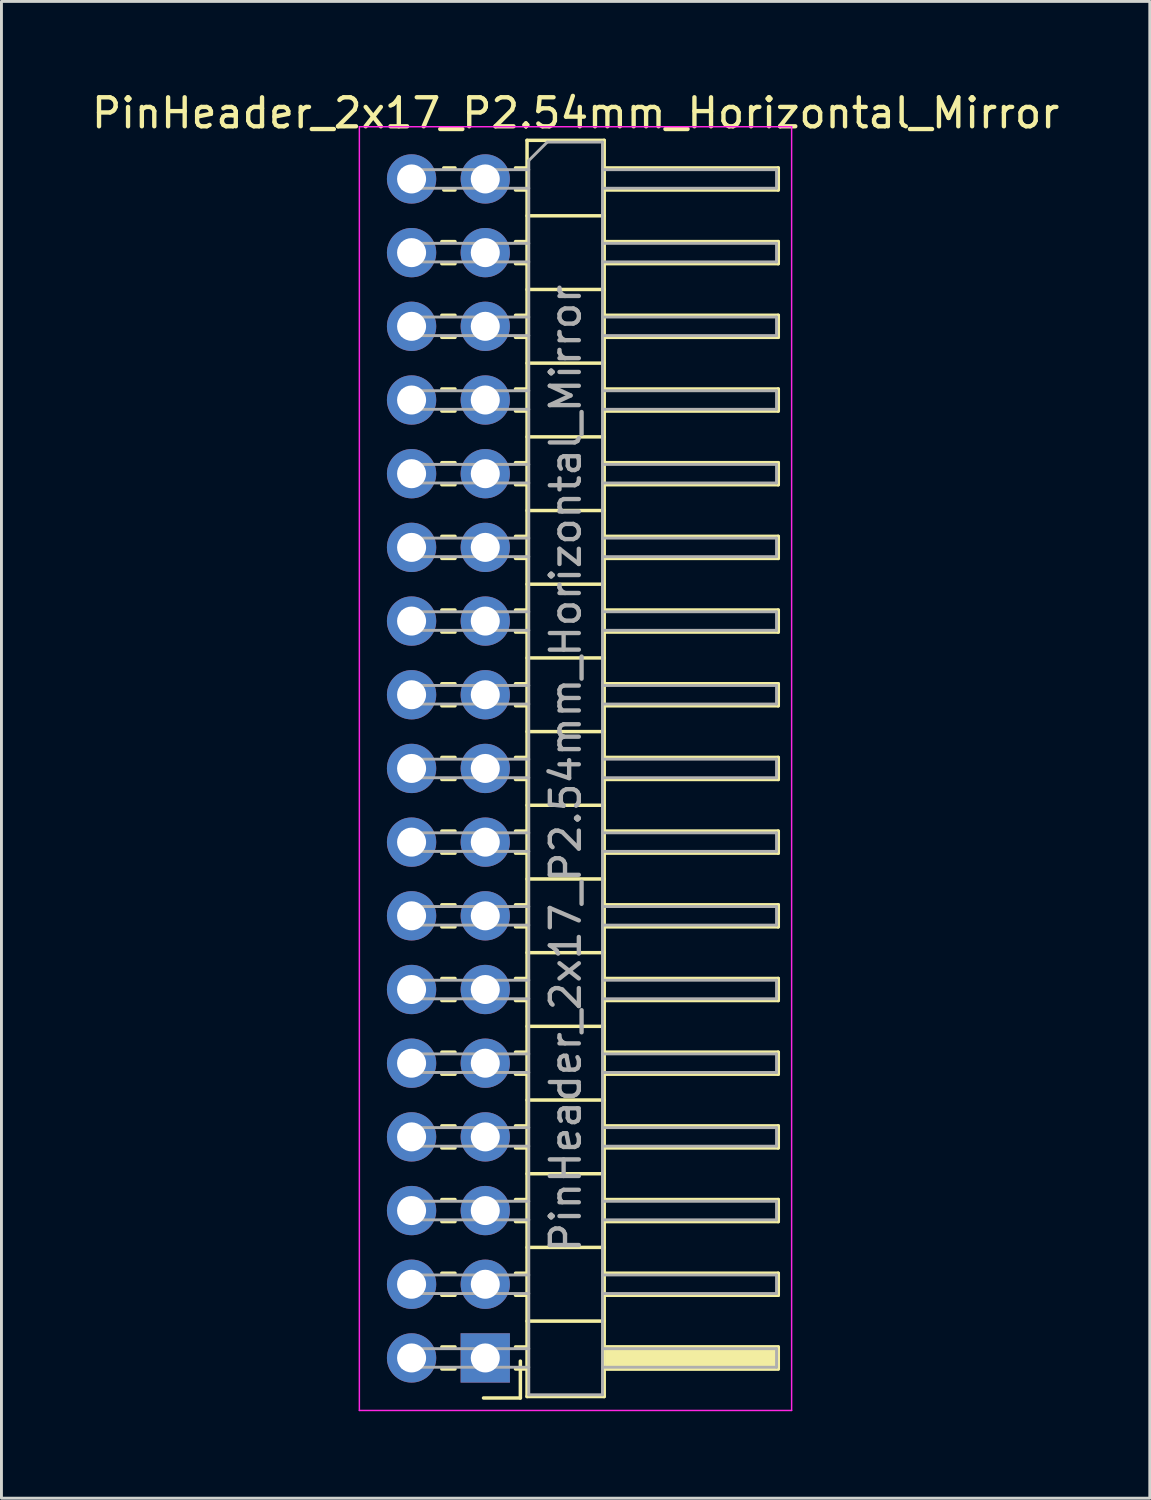
<source format=kicad_pcb>
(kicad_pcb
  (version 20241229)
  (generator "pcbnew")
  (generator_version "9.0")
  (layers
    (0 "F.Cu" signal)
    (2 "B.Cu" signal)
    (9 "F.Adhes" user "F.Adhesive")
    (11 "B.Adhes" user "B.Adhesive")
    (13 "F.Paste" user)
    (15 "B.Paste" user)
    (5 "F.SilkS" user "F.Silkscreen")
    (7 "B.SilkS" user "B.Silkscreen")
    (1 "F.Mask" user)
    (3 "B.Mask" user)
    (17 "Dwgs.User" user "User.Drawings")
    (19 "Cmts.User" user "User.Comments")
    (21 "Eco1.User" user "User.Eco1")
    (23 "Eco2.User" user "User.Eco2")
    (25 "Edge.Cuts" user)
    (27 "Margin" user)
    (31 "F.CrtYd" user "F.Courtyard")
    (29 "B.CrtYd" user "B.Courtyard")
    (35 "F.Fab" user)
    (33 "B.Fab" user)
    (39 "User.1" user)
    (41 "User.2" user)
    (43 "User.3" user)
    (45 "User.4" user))
  (footprint "PinHeader_2x17_P2.54mm_Horizontal_Mirror"
    (layer "F.Cu")
    (at 11.137 3.118)
    (property "Reference" "PinHeader_2x17_P2.54mm_Horizontal_Mirror" (at 5.655 -2.27 0) (layer "F.SilkS") (effects (font (size 1 1) (thickness 0.15))))
    (attr through_hole)
    (fp_line (start 1.043 2.16) (end 1.497 2.16) (stroke (width 0.12) (type solid)) (layer "F.SilkS"))
    (fp_line (start 1.043 2.92) (end 1.497 2.92) (stroke (width 0.12) (type solid)) (layer "F.SilkS"))
    (fp_line (start 1.043 4.7) (end 1.497 4.7) (stroke (width 0.12) (type solid)) (layer "F.SilkS"))
    (fp_line (start 1.043 5.46) (end 1.497 5.46) (stroke (width 0.12) (type solid)) (layer "F.SilkS"))
    (fp_line (start 1.043 7.24) (end 1.497 7.24) (stroke (width 0.12) (type solid)) (layer "F.SilkS"))
    (fp_line (start 1.043 8) (end 1.497 8) (stroke (width 0.12) (type solid)) (layer "F.SilkS"))
    (fp_line (start 1.043 9.78) (end 1.497 9.78) (stroke (width 0.12) (type solid)) (layer "F.SilkS"))
    (fp_line (start 1.043 10.54) (end 1.497 10.54) (stroke (width 0.12) (type solid)) (layer "F.SilkS"))
    (fp_line (start 1.043 12.32) (end 1.497 12.32) (stroke (width 0.12) (type solid)) (layer "F.SilkS"))
    (fp_line (start 1.043 13.08) (end 1.497 13.08) (stroke (width 0.12) (type solid)) (layer "F.SilkS"))
    (fp_line (start 1.043 14.86) (end 1.497 14.86) (stroke (width 0.12) (type solid)) (layer "F.SilkS"))
    (fp_line (start 1.043 15.62) (end 1.497 15.62) (stroke (width 0.12) (type solid)) (layer "F.SilkS"))
    (fp_line (start 1.043 17.4) (end 1.497 17.4) (stroke (width 0.12) (type solid)) (layer "F.SilkS"))
    (fp_line (start 1.043 18.16) (end 1.497 18.16) (stroke (width 0.12) (type solid)) (layer "F.SilkS"))
    (fp_line (start 1.043 19.94) (end 1.497 19.94) (stroke (width 0.12) (type solid)) (layer "F.SilkS"))
    (fp_line (start 1.043 20.7) (end 1.497 20.7) (stroke (width 0.12) (type solid)) (layer "F.SilkS"))
    (fp_line (start 1.043 22.48) (end 1.497 22.48) (stroke (width 0.12) (type solid)) (layer "F.SilkS"))
    (fp_line (start 1.043 23.24) (end 1.497 23.24) (stroke (width 0.12) (type solid)) (layer "F.SilkS"))
    (fp_line (start 1.043 25.02) (end 1.497 25.02) (stroke (width 0.12) (type solid)) (layer "F.SilkS"))
    (fp_line (start 1.043 25.78) (end 1.497 25.78) (stroke (width 0.12) (type solid)) (layer "F.SilkS"))
    (fp_line (start 1.043 27.56) (end 1.497 27.56) (stroke (width 0.12) (type solid)) (layer "F.SilkS"))
    (fp_line (start 1.043 28.32) (end 1.497 28.32) (stroke (width 0.12) (type solid)) (layer "F.SilkS"))
    (fp_line (start 1.043 30.1) (end 1.497 30.1) (stroke (width 0.12) (type solid)) (layer "F.SilkS"))
    (fp_line (start 1.043 30.86) (end 1.497 30.86) (stroke (width 0.12) (type solid)) (layer "F.SilkS"))
    (fp_line (start 1.043 32.64) (end 1.497 32.64) (stroke (width 0.12) (type solid)) (layer "F.SilkS"))
    (fp_line (start 1.043 33.4) (end 1.497 33.4) (stroke (width 0.12) (type solid)) (layer "F.SilkS"))
    (fp_line (start 1.043 35.18) (end 1.497 35.18) (stroke (width 0.12) (type solid)) (layer "F.SilkS"))
    (fp_line (start 1.043 35.94) (end 1.497 35.94) (stroke (width 0.12) (type solid)) (layer "F.SilkS"))
    (fp_line (start 1.043 37.72) (end 1.497 37.72) (stroke (width 0.12) (type solid)) (layer "F.SilkS"))
    (fp_line (start 1.043 38.48) (end 1.497 38.48) (stroke (width 0.12) (type solid)) (layer "F.SilkS"))
    (fp_line (start 1.043 40.26) (end 1.497 40.26) (stroke (width 0.12) (type solid)) (layer "F.SilkS"))
    (fp_line (start 1.043 41.02) (end 1.497 41.02) (stroke (width 0.12) (type solid)) (layer "F.SilkS"))
    (fp_line (start 1.11 -0.38) (end 1.497 -0.38) (stroke (width 0.12) (type solid)) (layer "F.SilkS"))
    (fp_line (start 1.11 0.38) (end 1.497 0.38) (stroke (width 0.12) (type solid)) (layer "F.SilkS"))
    (fp_line (start 3.583 -0.38) (end 3.98 -0.38) (stroke (width 0.12) (type solid)) (layer "F.SilkS"))
    (fp_line (start 3.583 0.38) (end 3.98 0.38) (stroke (width 0.12) (type solid)) (layer "F.SilkS"))
    (fp_line (start 3.583 2.16) (end 3.98 2.16) (stroke (width 0.12) (type solid)) (layer "F.SilkS"))
    (fp_line (start 3.583 2.92) (end 3.98 2.92) (stroke (width 0.12) (type solid)) (layer "F.SilkS"))
    (fp_line (start 3.583 4.7) (end 3.98 4.7) (stroke (width 0.12) (type solid)) (layer "F.SilkS"))
    (fp_line (start 3.583 5.46) (end 3.98 5.46) (stroke (width 0.12) (type solid)) (layer "F.SilkS"))
    (fp_line (start 3.583 7.24) (end 3.98 7.24) (stroke (width 0.12) (type solid)) (layer "F.SilkS"))
    (fp_line (start 3.583 8) (end 3.98 8) (stroke (width 0.12) (type solid)) (layer "F.SilkS"))
    (fp_line (start 3.583 9.78) (end 3.98 9.78) (stroke (width 0.12) (type solid)) (layer "F.SilkS"))
    (fp_line (start 3.583 10.54) (end 3.98 10.54) (stroke (width 0.12) (type solid)) (layer "F.SilkS"))
    (fp_line (start 3.583 12.32) (end 3.98 12.32) (stroke (width 0.12) (type solid)) (layer "F.SilkS"))
    (fp_line (start 3.583 13.08) (end 3.98 13.08) (stroke (width 0.12) (type solid)) (layer "F.SilkS"))
    (fp_line (start 3.583 14.86) (end 3.98 14.86) (stroke (width 0.12) (type solid)) (layer "F.SilkS"))
    (fp_line (start 3.583 15.62) (end 3.98 15.62) (stroke (width 0.12) (type solid)) (layer "F.SilkS"))
    (fp_line (start 3.583 17.4) (end 3.98 17.4) (stroke (width 0.12) (type solid)) (layer "F.SilkS"))
    (fp_line (start 3.583 18.16) (end 3.98 18.16) (stroke (width 0.12) (type solid)) (layer "F.SilkS"))
    (fp_line (start 3.583 19.94) (end 3.98 19.94) (stroke (width 0.12) (type solid)) (layer "F.SilkS"))
    (fp_line (start 3.583 20.7) (end 3.98 20.7) (stroke (width 0.12) (type solid)) (layer "F.SilkS"))
    (fp_line (start 3.583 22.48) (end 3.98 22.48) (stroke (width 0.12) (type solid)) (layer "F.SilkS"))
    (fp_line (start 3.583 23.24) (end 3.98 23.24) (stroke (width 0.12) (type solid)) (layer "F.SilkS"))
    (fp_line (start 3.583 25.02) (end 3.98 25.02) (stroke (width 0.12) (type solid)) (layer "F.SilkS"))
    (fp_line (start 3.583 25.78) (end 3.98 25.78) (stroke (width 0.12) (type solid)) (layer "F.SilkS"))
    (fp_line (start 3.583 27.56) (end 3.98 27.56) (stroke (width 0.12) (type solid)) (layer "F.SilkS"))
    (fp_line (start 3.583 28.32) (end 3.98 28.32) (stroke (width 0.12) (type solid)) (layer "F.SilkS"))
    (fp_line (start 3.583 30.1) (end 3.98 30.1) (stroke (width 0.12) (type solid)) (layer "F.SilkS"))
    (fp_line (start 3.583 30.86) (end 3.98 30.86) (stroke (width 0.12) (type solid)) (layer "F.SilkS"))
    (fp_line (start 3.583 32.64) (end 3.98 32.64) (stroke (width 0.12) (type solid)) (layer "F.SilkS"))
    (fp_line (start 3.583 33.4) (end 3.98 33.4) (stroke (width 0.12) (type solid)) (layer "F.SilkS"))
    (fp_line (start 3.583 35.18) (end 3.98 35.18) (stroke (width 0.12) (type solid)) (layer "F.SilkS"))
    (fp_line (start 3.583 35.94) (end 3.98 35.94) (stroke (width 0.12) (type solid)) (layer "F.SilkS"))
    (fp_line (start 3.583 37.72) (end 3.98 37.72) (stroke (width 0.12) (type solid)) (layer "F.SilkS"))
    (fp_line (start 3.583 38.48) (end 3.98 38.48) (stroke (width 0.12) (type solid)) (layer "F.SilkS"))
    (fp_line (start 3.583 40.26) (end 3.98 40.26) (stroke (width 0.12) (type solid)) (layer "F.SilkS"))
    (fp_line (start 3.583 41.02) (end 3.98 41.02) (stroke (width 0.12) (type solid)) (layer "F.SilkS"))
    (fp_line (start 3.75 40.75) (end 3.75 42.02) (stroke (width 0.12) (type solid)) (layer "F.SilkS"))
    (fp_line (start 3.75 42.02) (end 2.48 42.02) (stroke (width 0.12) (type solid)) (layer "F.SilkS"))
    (fp_line (start 3.98 -1.33) (end 3.98 41.97) (stroke (width 0.12) (type solid)) (layer "F.SilkS"))
    (fp_line (start 3.98 1.27) (end 6.64 1.27) (stroke (width 0.12) (type solid)) (layer "F.SilkS"))
    (fp_line (start 3.98 3.81) (end 6.64 3.81) (stroke (width 0.12) (type solid)) (layer "F.SilkS"))
    (fp_line (start 3.98 6.35) (end 6.64 6.35) (stroke (width 0.12) (type solid)) (layer "F.SilkS"))
    (fp_line (start 3.98 8.89) (end 6.64 8.89) (stroke (width 0.12) (type solid)) (layer "F.SilkS"))
    (fp_line (start 3.98 11.43) (end 6.64 11.43) (stroke (width 0.12) (type solid)) (layer "F.SilkS"))
    (fp_line (start 3.98 13.97) (end 6.64 13.97) (stroke (width 0.12) (type solid)) (layer "F.SilkS"))
    (fp_line (start 3.98 16.51) (end 6.64 16.51) (stroke (width 0.12) (type solid)) (layer "F.SilkS"))
    (fp_line (start 3.98 19.05) (end 6.64 19.05) (stroke (width 0.12) (type solid)) (layer "F.SilkS"))
    (fp_line (start 3.98 21.59) (end 6.64 21.59) (stroke (width 0.12) (type solid)) (layer "F.SilkS"))
    (fp_line (start 3.98 24.13) (end 6.64 24.13) (stroke (width 0.12) (type solid)) (layer "F.SilkS"))
    (fp_line (start 3.98 26.67) (end 6.64 26.67) (stroke (width 0.12) (type solid)) (layer "F.SilkS"))
    (fp_line (start 3.98 29.21) (end 6.64 29.21) (stroke (width 0.12) (type solid)) (layer "F.SilkS"))
    (fp_line (start 3.98 31.75) (end 6.64 31.75) (stroke (width 0.12) (type solid)) (layer "F.SilkS"))
    (fp_line (start 3.98 34.29) (end 6.64 34.29) (stroke (width 0.12) (type solid)) (layer "F.SilkS"))
    (fp_line (start 3.98 36.83) (end 6.64 36.83) (stroke (width 0.12) (type solid)) (layer "F.SilkS"))
    (fp_line (start 3.98 39.37) (end 6.64 39.37) (stroke (width 0.12) (type solid)) (layer "F.SilkS"))
    (fp_line (start 3.98 41.97) (end 6.64 41.97) (stroke (width 0.12) (type solid)) (layer "F.SilkS"))
    (fp_line (start 6.64 -1.33) (end 3.98 -1.33) (stroke (width 0.12) (type solid)) (layer "F.SilkS"))
    (fp_line (start 6.64 -0.38) (end 12.64 -0.38) (stroke (width 0.12) (type solid)) (layer "F.SilkS"))
    (fp_line (start 6.64 2.16) (end 12.64 2.16) (stroke (width 0.12) (type solid)) (layer "F.SilkS"))
    (fp_line (start 6.64 4.7) (end 12.64 4.7) (stroke (width 0.12) (type solid)) (layer "F.SilkS"))
    (fp_line (start 6.64 7.24) (end 12.64 7.24) (stroke (width 0.12) (type solid)) (layer "F.SilkS"))
    (fp_line (start 6.64 9.78) (end 12.64 9.78) (stroke (width 0.12) (type solid)) (layer "F.SilkS"))
    (fp_line (start 6.64 12.32) (end 12.64 12.32) (stroke (width 0.12) (type solid)) (layer "F.SilkS"))
    (fp_line (start 6.64 14.86) (end 12.64 14.86) (stroke (width 0.12) (type solid)) (layer "F.SilkS"))
    (fp_line (start 6.64 17.4) (end 12.64 17.4) (stroke (width 0.12) (type solid)) (layer "F.SilkS"))
    (fp_line (start 6.64 19.94) (end 12.64 19.94) (stroke (width 0.12) (type solid)) (layer "F.SilkS"))
    (fp_line (start 6.64 22.48) (end 12.64 22.48) (stroke (width 0.12) (type solid)) (layer "F.SilkS"))
    (fp_line (start 6.64 25.02) (end 12.64 25.02) (stroke (width 0.12) (type solid)) (layer "F.SilkS"))
    (fp_line (start 6.64 27.56) (end 12.64 27.56) (stroke (width 0.12) (type solid)) (layer "F.SilkS"))
    (fp_line (start 6.64 30.1) (end 12.64 30.1) (stroke (width 0.12) (type solid)) (layer "F.SilkS"))
    (fp_line (start 6.64 32.64) (end 12.64 32.64) (stroke (width 0.12) (type solid)) (layer "F.SilkS"))
    (fp_line (start 6.64 35.18) (end 12.64 35.18) (stroke (width 0.12) (type solid)) (layer "F.SilkS"))
    (fp_line (start 6.64 37.72) (end 12.64 37.72) (stroke (width 0.12) (type solid)) (layer "F.SilkS"))
    (fp_line (start 6.64 40.26) (end 12.64 40.26) (stroke (width 0.12) (type solid)) (layer "F.SilkS"))
    (fp_line (start 6.64 41.97) (end 6.64 -1.33) (stroke (width 0.12) (type solid)) (layer "F.SilkS"))
    (fp_line (start 12.64 -0.38) (end 12.64 0.38) (stroke (width 0.12) (type solid)) (layer "F.SilkS"))
    (fp_line (start 12.64 0.38) (end 6.64 0.38) (stroke (width 0.12) (type solid)) (layer "F.SilkS"))
    (fp_line (start 12.64 2.16) (end 12.64 2.92) (stroke (width 0.12) (type solid)) (layer "F.SilkS"))
    (fp_line (start 12.64 2.92) (end 6.64 2.92) (stroke (width 0.12) (type solid)) (layer "F.SilkS"))
    (fp_line (start 12.64 4.7) (end 12.64 5.46) (stroke (width 0.12) (type solid)) (layer "F.SilkS"))
    (fp_line (start 12.64 5.46) (end 6.64 5.46) (stroke (width 0.12) (type solid)) (layer "F.SilkS"))
    (fp_line (start 12.64 7.24) (end 12.64 8) (stroke (width 0.12) (type solid)) (layer "F.SilkS"))
    (fp_line (start 12.64 8) (end 6.64 8) (stroke (width 0.12) (type solid)) (layer "F.SilkS"))
    (fp_line (start 12.64 9.78) (end 12.64 10.54) (stroke (width 0.12) (type solid)) (layer "F.SilkS"))
    (fp_line (start 12.64 10.54) (end 6.64 10.54) (stroke (width 0.12) (type solid)) (layer "F.SilkS"))
    (fp_line (start 12.64 12.32) (end 12.64 13.08) (stroke (width 0.12) (type solid)) (layer "F.SilkS"))
    (fp_line (start 12.64 13.08) (end 6.64 13.08) (stroke (width 0.12) (type solid)) (layer "F.SilkS"))
    (fp_line (start 12.64 14.86) (end 12.64 15.62) (stroke (width 0.12) (type solid)) (layer "F.SilkS"))
    (fp_line (start 12.64 15.62) (end 6.64 15.62) (stroke (width 0.12) (type solid)) (layer "F.SilkS"))
    (fp_line (start 12.64 17.4) (end 12.64 18.16) (stroke (width 0.12) (type solid)) (layer "F.SilkS"))
    (fp_line (start 12.64 18.16) (end 6.64 18.16) (stroke (width 0.12) (type solid)) (layer "F.SilkS"))
    (fp_line (start 12.64 19.94) (end 12.64 20.7) (stroke (width 0.12) (type solid)) (layer "F.SilkS"))
    (fp_line (start 12.64 20.7) (end 6.64 20.7) (stroke (width 0.12) (type solid)) (layer "F.SilkS"))
    (fp_line (start 12.64 22.48) (end 12.64 23.24) (stroke (width 0.12) (type solid)) (layer "F.SilkS"))
    (fp_line (start 12.64 23.24) (end 6.64 23.24) (stroke (width 0.12) (type solid)) (layer "F.SilkS"))
    (fp_line (start 12.64 25.02) (end 12.64 25.78) (stroke (width 0.12) (type solid)) (layer "F.SilkS"))
    (fp_line (start 12.64 25.78) (end 6.64 25.78) (stroke (width 0.12) (type solid)) (layer "F.SilkS"))
    (fp_line (start 12.64 27.56) (end 12.64 28.32) (stroke (width 0.12) (type solid)) (layer "F.SilkS"))
    (fp_line (start 12.64 28.32) (end 6.64 28.32) (stroke (width 0.12) (type solid)) (layer "F.SilkS"))
    (fp_line (start 12.64 30.1) (end 12.64 30.86) (stroke (width 0.12) (type solid)) (layer "F.SilkS"))
    (fp_line (start 12.64 30.86) (end 6.64 30.86) (stroke (width 0.12) (type solid)) (layer "F.SilkS"))
    (fp_line (start 12.64 32.64) (end 12.64 33.4) (stroke (width 0.12) (type solid)) (layer "F.SilkS"))
    (fp_line (start 12.64 33.4) (end 6.64 33.4) (stroke (width 0.12) (type solid)) (layer "F.SilkS"))
    (fp_line (start 12.64 35.18) (end 12.64 35.94) (stroke (width 0.12) (type solid)) (layer "F.SilkS"))
    (fp_line (start 12.64 35.94) (end 6.64 35.94) (stroke (width 0.12) (type solid)) (layer "F.SilkS"))
    (fp_line (start 12.64 37.72) (end 12.64 38.48) (stroke (width 0.12) (type solid)) (layer "F.SilkS"))
    (fp_line (start 12.64 38.48) (end 6.64 38.48) (stroke (width 0.12) (type solid)) (layer "F.SilkS"))
    (fp_line (start 12.64 40.26) (end 12.64 41.02) (stroke (width 0.12) (type solid)) (layer "F.SilkS"))
    (fp_line (start 12.64 41.02) (end 6.64 41.02) (stroke (width 0.12) (type solid)) (layer "F.SilkS"))
    (fp_rect (start 6.731 40.259) (end 12.573 41.021) (stroke (width 0.1) (type solid)) (fill yes) (layer "F.SilkS"))
    (fp_line (start -1.8 -1.8) (end -1.8 42.45) (stroke (width 0.05) (type solid)) (layer "F.CrtYd"))
    (fp_line (start -1.8 42.45) (end 13.1 42.45) (stroke (width 0.05) (type solid)) (layer "F.CrtYd"))
    (fp_line (start 13.1 -1.8) (end -1.8 -1.8) (stroke (width 0.05) (type solid)) (layer "F.CrtYd"))
    (fp_line (start 13.1 42.45) (end 13.1 -1.8) (stroke (width 0.05) (type solid)) (layer "F.CrtYd"))
    (fp_line (start -0.32 -0.32) (end -0.32 0.32) (stroke (width 0.1) (type solid)) (layer "F.Fab"))
    (fp_line (start -0.32 -0.32) (end 4.04 -0.32) (stroke (width 0.1) (type solid)) (layer "F.Fab"))
    (fp_line (start -0.32 0.32) (end 4.04 0.32) (stroke (width 0.1) (type solid)) (layer "F.Fab"))
    (fp_line (start -0.32 2.22) (end -0.32 2.86) (stroke (width 0.1) (type solid)) (layer "F.Fab"))
    (fp_line (start -0.32 2.22) (end 4.04 2.22) (stroke (width 0.1) (type solid)) (layer "F.Fab"))
    (fp_line (start -0.32 2.86) (end 4.04 2.86) (stroke (width 0.1) (type solid)) (layer "F.Fab"))
    (fp_line (start -0.32 4.76) (end -0.32 5.4) (stroke (width 0.1) (type solid)) (layer "F.Fab"))
    (fp_line (start -0.32 4.76) (end 4.04 4.76) (stroke (width 0.1) (type solid)) (layer "F.Fab"))
    (fp_line (start -0.32 5.4) (end 4.04 5.4) (stroke (width 0.1) (type solid)) (layer "F.Fab"))
    (fp_line (start -0.32 7.3) (end -0.32 7.94) (stroke (width 0.1) (type solid)) (layer "F.Fab"))
    (fp_line (start -0.32 7.3) (end 4.04 7.3) (stroke (width 0.1) (type solid)) (layer "F.Fab"))
    (fp_line (start -0.32 7.94) (end 4.04 7.94) (stroke (width 0.1) (type solid)) (layer "F.Fab"))
    (fp_line (start -0.32 9.84) (end -0.32 10.48) (stroke (width 0.1) (type solid)) (layer "F.Fab"))
    (fp_line (start -0.32 9.84) (end 4.04 9.84) (stroke (width 0.1) (type solid)) (layer "F.Fab"))
    (fp_line (start -0.32 10.48) (end 4.04 10.48) (stroke (width 0.1) (type solid)) (layer "F.Fab"))
    (fp_line (start -0.32 12.38) (end -0.32 13.02) (stroke (width 0.1) (type solid)) (layer "F.Fab"))
    (fp_line (start -0.32 12.38) (end 4.04 12.38) (stroke (width 0.1) (type solid)) (layer "F.Fab"))
    (fp_line (start -0.32 13.02) (end 4.04 13.02) (stroke (width 0.1) (type solid)) (layer "F.Fab"))
    (fp_line (start -0.32 14.92) (end -0.32 15.56) (stroke (width 0.1) (type solid)) (layer "F.Fab"))
    (fp_line (start -0.32 14.92) (end 4.04 14.92) (stroke (width 0.1) (type solid)) (layer "F.Fab"))
    (fp_line (start -0.32 15.56) (end 4.04 15.56) (stroke (width 0.1) (type solid)) (layer "F.Fab"))
    (fp_line (start -0.32 17.46) (end -0.32 18.1) (stroke (width 0.1) (type solid)) (layer "F.Fab"))
    (fp_line (start -0.32 17.46) (end 4.04 17.46) (stroke (width 0.1) (type solid)) (layer "F.Fab"))
    (fp_line (start -0.32 18.1) (end 4.04 18.1) (stroke (width 0.1) (type solid)) (layer "F.Fab"))
    (fp_line (start -0.32 20) (end -0.32 20.64) (stroke (width 0.1) (type solid)) (layer "F.Fab"))
    (fp_line (start -0.32 20) (end 4.04 20) (stroke (width 0.1) (type solid)) (layer "F.Fab"))
    (fp_line (start -0.32 20.64) (end 4.04 20.64) (stroke (width 0.1) (type solid)) (layer "F.Fab"))
    (fp_line (start -0.32 22.54) (end -0.32 23.18) (stroke (width 0.1) (type solid)) (layer "F.Fab"))
    (fp_line (start -0.32 22.54) (end 4.04 22.54) (stroke (width 0.1) (type solid)) (layer "F.Fab"))
    (fp_line (start -0.32 23.18) (end 4.04 23.18) (stroke (width 0.1) (type solid)) (layer "F.Fab"))
    (fp_line (start -0.32 25.08) (end -0.32 25.72) (stroke (width 0.1) (type solid)) (layer "F.Fab"))
    (fp_line (start -0.32 25.08) (end 4.04 25.08) (stroke (width 0.1) (type solid)) (layer "F.Fab"))
    (fp_line (start -0.32 25.72) (end 4.04 25.72) (stroke (width 0.1) (type solid)) (layer "F.Fab"))
    (fp_line (start -0.32 27.62) (end -0.32 28.26) (stroke (width 0.1) (type solid)) (layer "F.Fab"))
    (fp_line (start -0.32 27.62) (end 4.04 27.62) (stroke (width 0.1) (type solid)) (layer "F.Fab"))
    (fp_line (start -0.32 28.26) (end 4.04 28.26) (stroke (width 0.1) (type solid)) (layer "F.Fab"))
    (fp_line (start -0.32 30.16) (end -0.32 30.8) (stroke (width 0.1) (type solid)) (layer "F.Fab"))
    (fp_line (start -0.32 30.16) (end 4.04 30.16) (stroke (width 0.1) (type solid)) (layer "F.Fab"))
    (fp_line (start -0.32 30.8) (end 4.04 30.8) (stroke (width 0.1) (type solid)) (layer "F.Fab"))
    (fp_line (start -0.32 32.7) (end -0.32 33.34) (stroke (width 0.1) (type solid)) (layer "F.Fab"))
    (fp_line (start -0.32 32.7) (end 4.04 32.7) (stroke (width 0.1) (type solid)) (layer "F.Fab"))
    (fp_line (start -0.32 33.34) (end 4.04 33.34) (stroke (width 0.1) (type solid)) (layer "F.Fab"))
    (fp_line (start -0.32 35.24) (end -0.32 35.88) (stroke (width 0.1) (type solid)) (layer "F.Fab"))
    (fp_line (start -0.32 35.24) (end 4.04 35.24) (stroke (width 0.1) (type solid)) (layer "F.Fab"))
    (fp_line (start -0.32 35.88) (end 4.04 35.88) (stroke (width 0.1) (type solid)) (layer "F.Fab"))
    (fp_line (start -0.32 37.78) (end -0.32 38.42) (stroke (width 0.1) (type solid)) (layer "F.Fab"))
    (fp_line (start -0.32 37.78) (end 4.04 37.78) (stroke (width 0.1) (type solid)) (layer "F.Fab"))
    (fp_line (start -0.32 38.42) (end 4.04 38.42) (stroke (width 0.1) (type solid)) (layer "F.Fab"))
    (fp_line (start -0.32 40.32) (end -0.32 40.96) (stroke (width 0.1) (type solid)) (layer "F.Fab"))
    (fp_line (start -0.32 40.32) (end 4.04 40.32) (stroke (width 0.1) (type solid)) (layer "F.Fab"))
    (fp_line (start -0.32 40.96) (end 4.04 40.96) (stroke (width 0.1) (type solid)) (layer "F.Fab"))
    (fp_line (start 4.04 -0.635) (end 4.675 -1.27) (stroke (width 0.1) (type solid)) (layer "F.Fab"))
    (fp_line (start 4.04 41.91) (end 4.04 -0.635) (stroke (width 0.1) (type solid)) (layer "F.Fab"))
    (fp_line (start 4.675 -1.27) (end 6.58 -1.27) (stroke (width 0.1) (type solid)) (layer "F.Fab"))
    (fp_line (start 6.58 -1.27) (end 6.58 41.91) (stroke (width 0.1) (type solid)) (layer "F.Fab"))
    (fp_line (start 6.58 -0.32) (end 12.58 -0.32) (stroke (width 0.1) (type solid)) (layer "F.Fab"))
    (fp_line (start 6.58 0.32) (end 12.58 0.32) (stroke (width 0.1) (type solid)) (layer "F.Fab"))
    (fp_line (start 6.58 2.22) (end 12.58 2.22) (stroke (width 0.1) (type solid)) (layer "F.Fab"))
    (fp_line (start 6.58 2.86) (end 12.58 2.86) (stroke (width 0.1) (type solid)) (layer "F.Fab"))
    (fp_line (start 6.58 4.76) (end 12.58 4.76) (stroke (width 0.1) (type solid)) (layer "F.Fab"))
    (fp_line (start 6.58 5.4) (end 12.58 5.4) (stroke (width 0.1) (type solid)) (layer "F.Fab"))
    (fp_line (start 6.58 7.3) (end 12.58 7.3) (stroke (width 0.1) (type solid)) (layer "F.Fab"))
    (fp_line (start 6.58 7.94) (end 12.58 7.94) (stroke (width 0.1) (type solid)) (layer "F.Fab"))
    (fp_line (start 6.58 9.84) (end 12.58 9.84) (stroke (width 0.1) (type solid)) (layer "F.Fab"))
    (fp_line (start 6.58 10.48) (end 12.58 10.48) (stroke (width 0.1) (type solid)) (layer "F.Fab"))
    (fp_line (start 6.58 12.38) (end 12.58 12.38) (stroke (width 0.1) (type solid)) (layer "F.Fab"))
    (fp_line (start 6.58 13.02) (end 12.58 13.02) (stroke (width 0.1) (type solid)) (layer "F.Fab"))
    (fp_line (start 6.58 14.92) (end 12.58 14.92) (stroke (width 0.1) (type solid)) (layer "F.Fab"))
    (fp_line (start 6.58 15.56) (end 12.58 15.56) (stroke (width 0.1) (type solid)) (layer "F.Fab"))
    (fp_line (start 6.58 17.46) (end 12.58 17.46) (stroke (width 0.1) (type solid)) (layer "F.Fab"))
    (fp_line (start 6.58 18.1) (end 12.58 18.1) (stroke (width 0.1) (type solid)) (layer "F.Fab"))
    (fp_line (start 6.58 20) (end 12.58 20) (stroke (width 0.1) (type solid)) (layer "F.Fab"))
    (fp_line (start 6.58 20.64) (end 12.58 20.64) (stroke (width 0.1) (type solid)) (layer "F.Fab"))
    (fp_line (start 6.58 22.54) (end 12.58 22.54) (stroke (width 0.1) (type solid)) (layer "F.Fab"))
    (fp_line (start 6.58 23.18) (end 12.58 23.18) (stroke (width 0.1) (type solid)) (layer "F.Fab"))
    (fp_line (start 6.58 25.08) (end 12.58 25.08) (stroke (width 0.1) (type solid)) (layer "F.Fab"))
    (fp_line (start 6.58 25.72) (end 12.58 25.72) (stroke (width 0.1) (type solid)) (layer "F.Fab"))
    (fp_line (start 6.58 27.62) (end 12.58 27.62) (stroke (width 0.1) (type solid)) (layer "F.Fab"))
    (fp_line (start 6.58 28.26) (end 12.58 28.26) (stroke (width 0.1) (type solid)) (layer "F.Fab"))
    (fp_line (start 6.58 30.16) (end 12.58 30.16) (stroke (width 0.1) (type solid)) (layer "F.Fab"))
    (fp_line (start 6.58 30.8) (end 12.58 30.8) (stroke (width 0.1) (type solid)) (layer "F.Fab"))
    (fp_line (start 6.58 32.7) (end 12.58 32.7) (stroke (width 0.1) (type solid)) (layer "F.Fab"))
    (fp_line (start 6.58 33.34) (end 12.58 33.34) (stroke (width 0.1) (type solid)) (layer "F.Fab"))
    (fp_line (start 6.58 35.24) (end 12.58 35.24) (stroke (width 0.1) (type solid)) (layer "F.Fab"))
    (fp_line (start 6.58 35.88) (end 12.58 35.88) (stroke (width 0.1) (type solid)) (layer "F.Fab"))
    (fp_line (start 6.58 37.78) (end 12.58 37.78) (stroke (width 0.1) (type solid)) (layer "F.Fab"))
    (fp_line (start 6.58 38.42) (end 12.58 38.42) (stroke (width 0.1) (type solid)) (layer "F.Fab"))
    (fp_line (start 6.58 40.32) (end 12.58 40.32) (stroke (width 0.1) (type solid)) (layer "F.Fab"))
    (fp_line (start 6.58 40.96) (end 12.58 40.96) (stroke (width 0.1) (type solid)) (layer "F.Fab"))
    (fp_line (start 6.58 41.91) (end 4.04 41.91) (stroke (width 0.1) (type solid)) (layer "F.Fab"))
    (fp_line (start 12.58 -0.32) (end 12.58 0.32) (stroke (width 0.1) (type solid)) (layer "F.Fab"))
    (fp_line (start 12.58 2.22) (end 12.58 2.86) (stroke (width 0.1) (type solid)) (layer "F.Fab"))
    (fp_line (start 12.58 4.76) (end 12.58 5.4) (stroke (width 0.1) (type solid)) (layer "F.Fab"))
    (fp_line (start 12.58 7.3) (end 12.58 7.94) (stroke (width 0.1) (type solid)) (layer "F.Fab"))
    (fp_line (start 12.58 9.84) (end 12.58 10.48) (stroke (width 0.1) (type solid)) (layer "F.Fab"))
    (fp_line (start 12.58 12.38) (end 12.58 13.02) (stroke (width 0.1) (type solid)) (layer "F.Fab"))
    (fp_line (start 12.58 14.92) (end 12.58 15.56) (stroke (width 0.1) (type solid)) (layer "F.Fab"))
    (fp_line (start 12.58 17.46) (end 12.58 18.1) (stroke (width 0.1) (type solid)) (layer "F.Fab"))
    (fp_line (start 12.58 20) (end 12.58 20.64) (stroke (width 0.1) (type solid)) (layer "F.Fab"))
    (fp_line (start 12.58 22.54) (end 12.58 23.18) (stroke (width 0.1) (type solid)) (layer "F.Fab"))
    (fp_line (start 12.58 25.08) (end 12.58 25.72) (stroke (width 0.1) (type solid)) (layer "F.Fab"))
    (fp_line (start 12.58 27.62) (end 12.58 28.26) (stroke (width 0.1) (type solid)) (layer "F.Fab"))
    (fp_line (start 12.58 30.16) (end 12.58 30.8) (stroke (width 0.1) (type solid)) (layer "F.Fab"))
    (fp_line (start 12.58 32.7) (end 12.58 33.34) (stroke (width 0.1) (type solid)) (layer "F.Fab"))
    (fp_line (start 12.58 35.24) (end 12.58 35.88) (stroke (width 0.1) (type solid)) (layer "F.Fab"))
    (fp_line (start 12.58 37.78) (end 12.58 38.42) (stroke (width 0.1) (type solid)) (layer "F.Fab"))
    (fp_line (start 12.58 40.32) (end 12.58 40.96) (stroke (width 0.1) (type solid)) (layer "F.Fab"))
    (fp_text user "${REFERENCE}" (at 5.31 20.32 90) (layer "F.Fab") (effects (font (size 1 1) (thickness 0.15))))
    (pad "1" thru_hole rect (at 2.54 40.64) (size 1.7 1.7) (drill 1) (layers "*.Cu" "*.Mask"))
    (pad "2" thru_hole oval (at 0 40.64) (size 1.7 1.7) (drill 1) (layers "*.Cu" "*.Mask"))
    (pad "3" thru_hole oval (at 2.54 38.1) (size 1.7 1.7) (drill 1) (layers "*.Cu" "*.Mask"))
    (pad "4" thru_hole oval (at 0 38.1) (size 1.7 1.7) (drill 1) (layers "*.Cu" "*.Mask"))
    (pad "5" thru_hole oval (at 2.54 35.56) (size 1.7 1.7) (drill 1) (layers "*.Cu" "*.Mask"))
    (pad "6" thru_hole oval (at 0 35.56) (size 1.7 1.7) (drill 1) (layers "*.Cu" "*.Mask"))
    (pad "7" thru_hole oval (at 2.54 33.02) (size 1.7 1.7) (drill 1) (layers "*.Cu" "*.Mask"))
    (pad "8" thru_hole oval (at 0 33.02) (size 1.7 1.7) (drill 1) (layers "*.Cu" "*.Mask"))
    (pad "9" thru_hole oval (at 2.54 30.48) (size 1.7 1.7) (drill 1) (layers "*.Cu" "*.Mask"))
    (pad "10" thru_hole oval (at 0 30.48) (size 1.7 1.7) (drill 1) (layers "*.Cu" "*.Mask"))
    (pad "11" thru_hole oval (at 2.54 27.94) (size 1.7 1.7) (drill 1) (layers "*.Cu" "*.Mask"))
    (pad "12" thru_hole oval (at 0 27.94) (size 1.7 1.7) (drill 1) (layers "*.Cu" "*.Mask"))
    (pad "13" thru_hole oval (at 2.54 25.4) (size 1.7 1.7) (drill 1) (layers "*.Cu" "*.Mask"))
    (pad "14" thru_hole oval (at 0 25.4) (size 1.7 1.7) (drill 1) (layers "*.Cu" "*.Mask"))
    (pad "15" thru_hole oval (at 2.54 22.86) (size 1.7 1.7) (drill 1) (layers "*.Cu" "*.Mask"))
    (pad "16" thru_hole oval (at 0 22.86) (size 1.7 1.7) (drill 1) (layers "*.Cu" "*.Mask"))
    (pad "17" thru_hole oval (at 2.54 20.32) (size 1.7 1.7) (drill 1) (layers "*.Cu" "*.Mask"))
    (pad "18" thru_hole oval (at 0 20.32) (size 1.7 1.7) (drill 1) (layers "*.Cu" "*.Mask"))
    (pad "19" thru_hole oval (at 2.54 17.78) (size 1.7 1.7) (drill 1) (layers "*.Cu" "*.Mask"))
    (pad "20" thru_hole oval (at 0 17.78) (size 1.7 1.7) (drill 1) (layers "*.Cu" "*.Mask"))
    (pad "21" thru_hole oval (at 2.54 15.24) (size 1.7 1.7) (drill 1) (layers "*.Cu" "*.Mask"))
    (pad "22" thru_hole oval (at 0 15.24) (size 1.7 1.7) (drill 1) (layers "*.Cu" "*.Mask"))
    (pad "23" thru_hole oval (at 2.54 12.7) (size 1.7 1.7) (drill 1) (layers "*.Cu" "*.Mask"))
    (pad "24" thru_hole oval (at 0 12.7) (size 1.7 1.7) (drill 1) (layers "*.Cu" "*.Mask"))
    (pad "25" thru_hole oval (at 2.54 10.16) (size 1.7 1.7) (drill 1) (layers "*.Cu" "*.Mask"))
    (pad "26" thru_hole oval (at 0 10.16) (size 1.7 1.7) (drill 1) (layers "*.Cu" "*.Mask"))
    (pad "27" thru_hole oval (at 2.54 7.62) (size 1.7 1.7) (drill 1) (layers "*.Cu" "*.Mask"))
    (pad "28" thru_hole oval (at 0 7.62) (size 1.7 1.7) (drill 1) (layers "*.Cu" "*.Mask"))
    (pad "29" thru_hole oval (at 2.54 5.08) (size 1.7 1.7) (drill 1) (layers "*.Cu" "*.Mask"))
    (pad "30" thru_hole oval (at 0 5.08) (size 1.7 1.7) (drill 1) (layers "*.Cu" "*.Mask"))
    (pad "31" thru_hole oval (at 2.54 2.54) (size 1.7 1.7) (drill 1) (layers "*.Cu" "*.Mask"))
    (pad "32" thru_hole oval (at 0 2.54) (size 1.7 1.7) (drill 1) (layers "*.Cu" "*.Mask"))
    (pad "33" thru_hole oval (at 2.54 0) (size 1.7 1.7) (drill 1) (layers "*.Cu" "*.Mask"))
    (pad "34" thru_hole circle (at 0 0) (size 1.7 1.7) (drill 1) (layers "*.Cu" "*.Mask")))
  (gr_rect
    (start -3 -3)
    (end 36.583 48.593)
    (stroke (width 0.1) (type default))
    (fill no)
    (layer "Edge.Cuts")))
</source>
